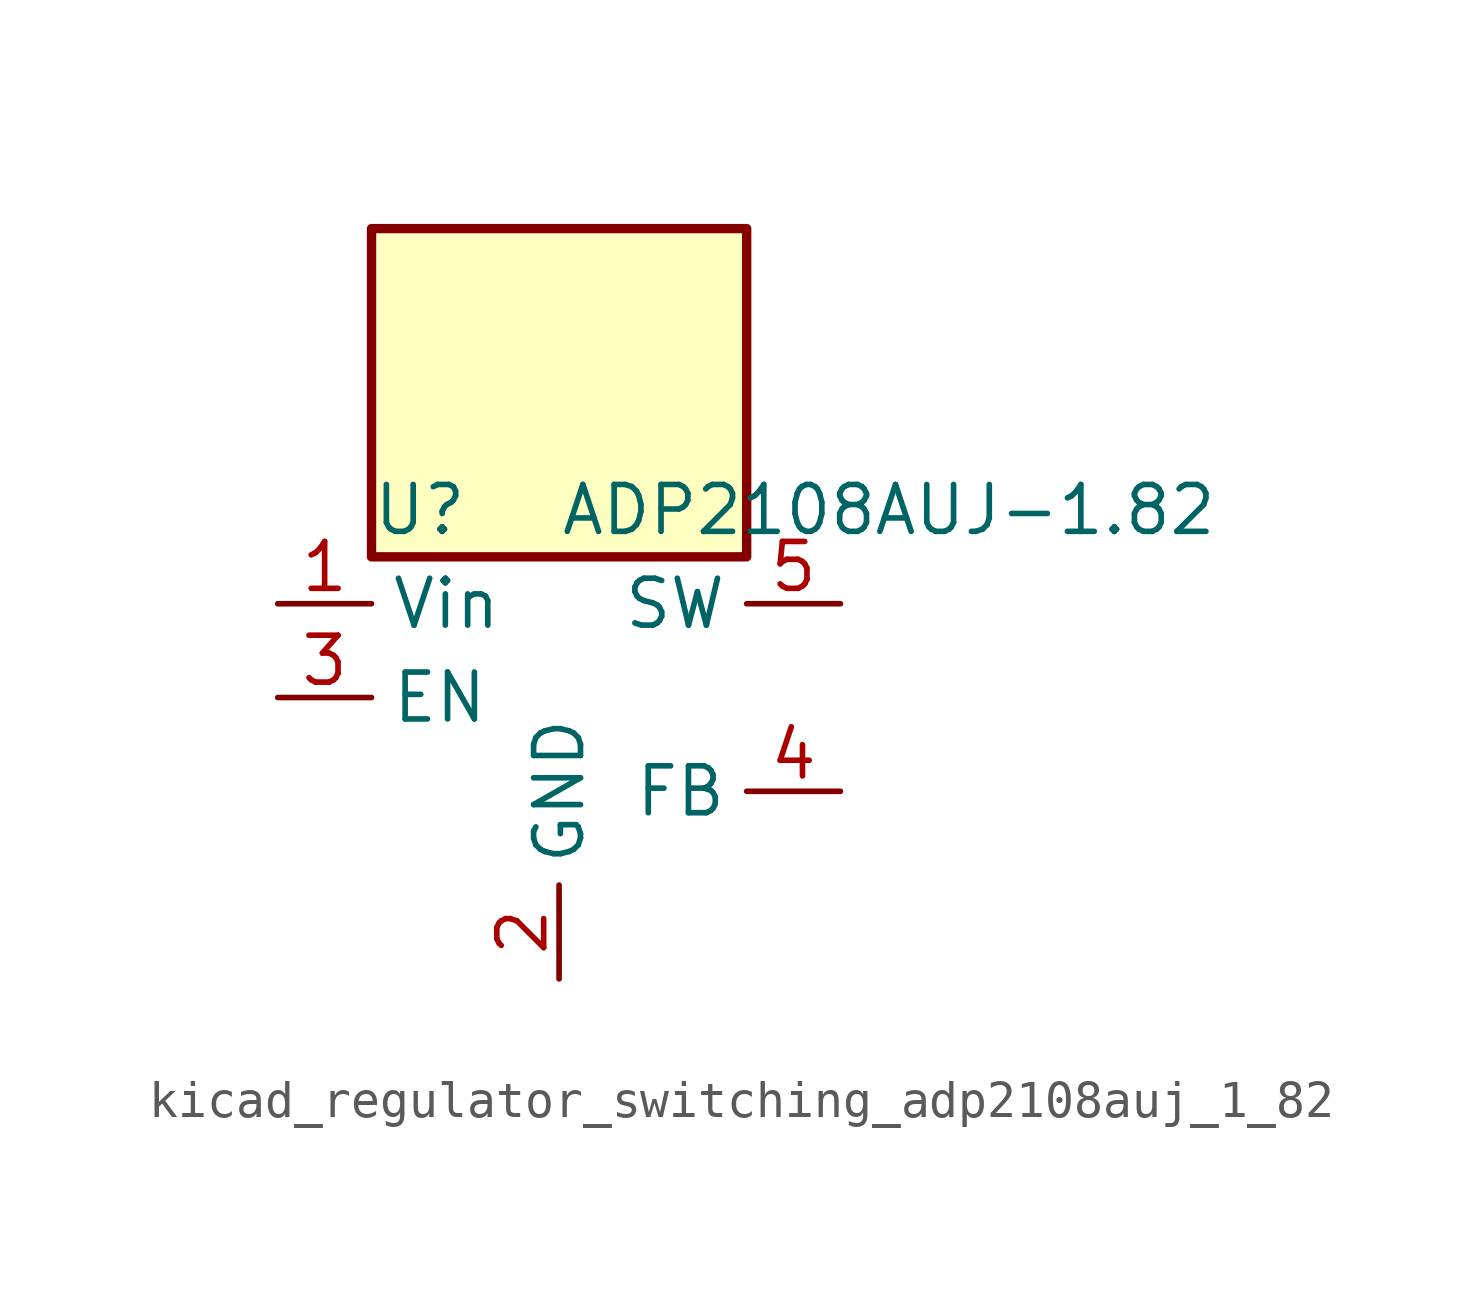
<source format=kicad_sym>
(kicad_symbol_lib
  (version 20220914)
  (generator kicad_symbol_editor)
  (symbol "kicad_regulator_switching_adp2108auj_1_82"
    (property "Reference" "U"
      (at -5.08 5.08 0)
      (effects (font (size 1.27 1.27)) (justify left)))
    (property "Value" "ADP2108AUJ-1.82"
      (at 0 5.08 0)
      (effects (font (size 1.27 1.27)) (justify left)))
    (symbol "kicad_regulator_switching_adp2108auj_1_82_0_1"
      (rectangle (start 5.08 12.7) (end -5.08 3.81) (stroke (width 0.254) (type default)) (fill (type background))))
    (symbol "kicad_regulator_switching_adp2108auj_1_82_1_1"
      (pin power_in line (at -7.62 2.54 0) (length 2.54) (name "Vin" (effects (font (size 1.27 1.27)))) (number "1" (effects (font (size 1.27 1.27)))))
      (pin power_in line (at 0 -7.62 90) (length 2.54) (name "GND" (effects (font (size 1.27 1.27)))) (number "2" (effects (font (size 1.27 1.27)))))
      (pin input line (at -7.62 0 0) (length 2.54) (name "EN" (effects (font (size 1.27 1.27)))) (number "3" (effects (font (size 1.27 1.27)))))
      (pin input line (at 7.62 -2.54 180) (length 2.54) (name "FB" (effects (font (size 1.27 1.27)))) (number "4" (effects (font (size 1.27 1.27)))))
      (pin input line (at 7.62 2.54 180) (length 2.54) (name "SW" (effects (font (size 1.27 1.27)))) (number "5" (effects (font (size 1.27 1.27))))))))
</source>
